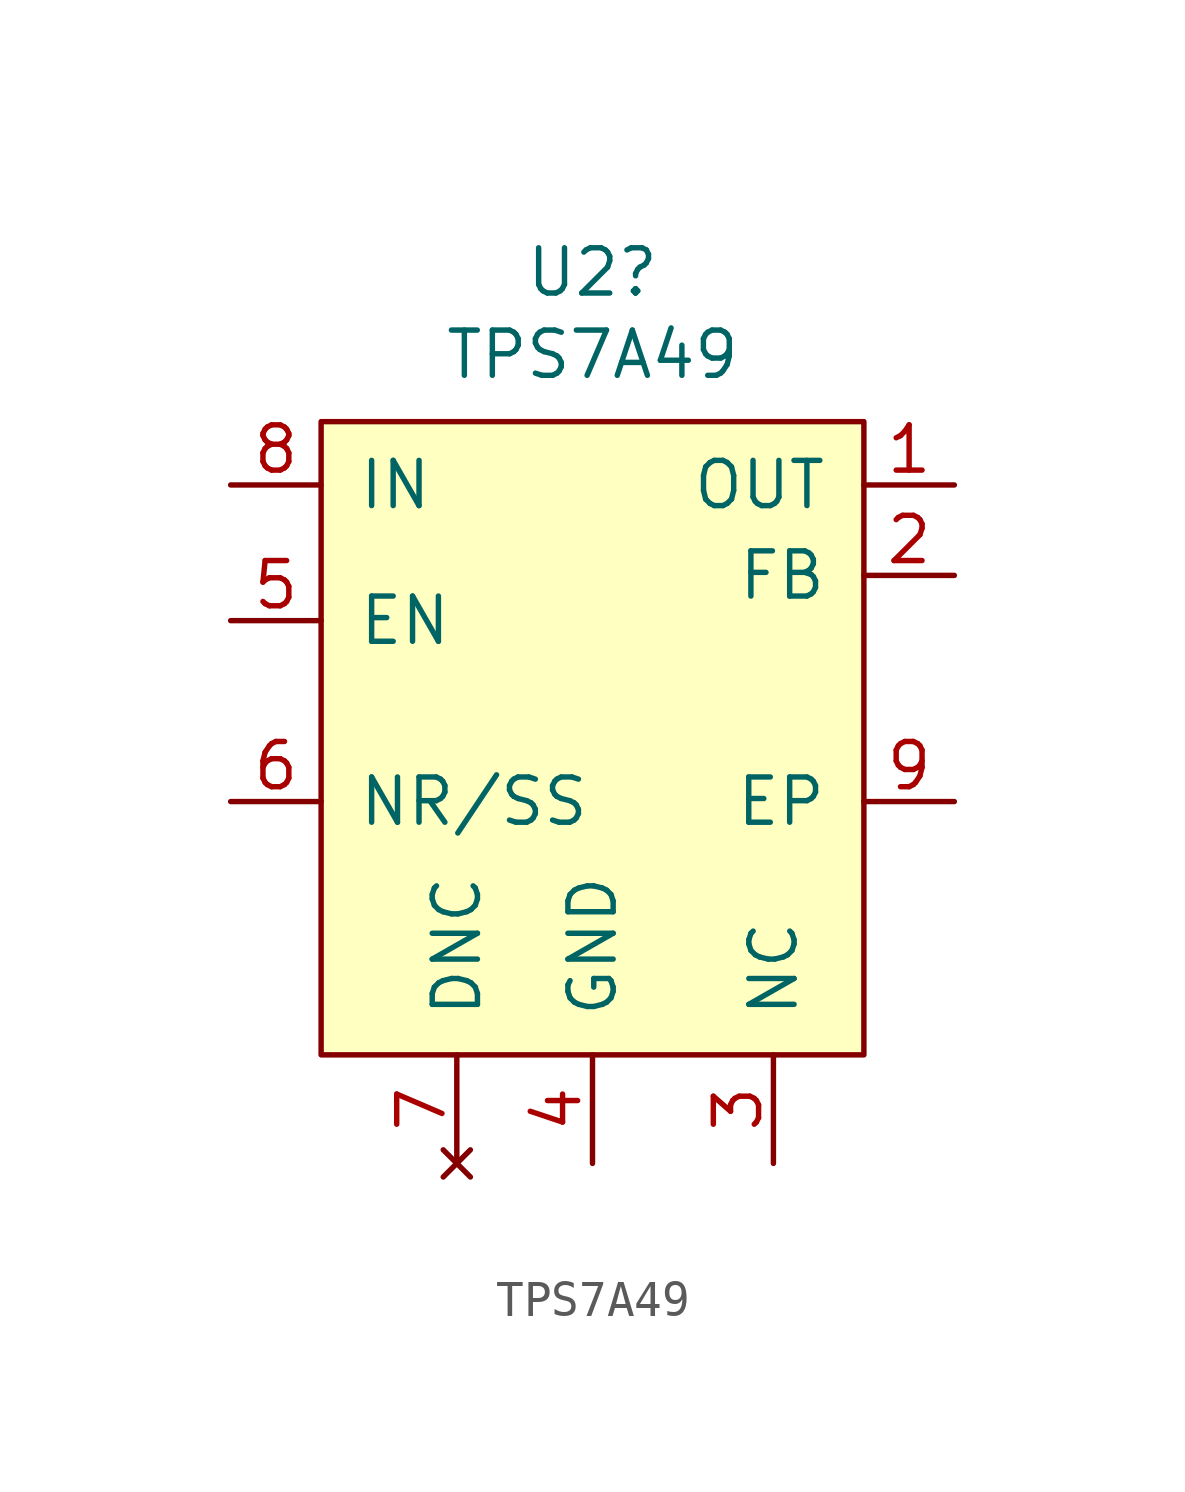
<source format=kicad_sym>
(kicad_symbol_lib
  (version 20211014)
  (generator kicad_symbol_editor)
  (symbol "TPS7A49"
    (pin_names
      (offset 1.016))
    (property "Reference" "U2"
      (at 0 8.509 0)
      (effects (font (size 1.27 1.27))))
    (property "Value" "TPS7A49"
      (at 0 6.198 0)
      (effects (font (size 1.27 1.27))))
    (symbol "TPS7A49_0_1"
      (rectangle (start -7.62 4.318) (end 7.62 -13.462) (stroke (width 0) (type default) (color 0 0 0 0)) (fill (type background))))
    (symbol "TPS7A49_1_1"
      (pin power_out line (at 10.16 2.54 180) (length 2.54) (name "OUT" (effects (font (size 1.27 1.27)))) (number "1" (effects (font (size 1.27 1.27)))))
      (pin input line (at 10.16 0 180) (length 2.54) (name "FB" (effects (font (size 1.27 1.27)))) (number "2" (effects (font (size 1.27 1.27)))))
      (pin passive line (at 5.08 -16.51 90) (length 3.048) (name "NC" (effects (font (size 1.27 1.27)))) (number "3" (effects (font (size 1.27 1.27)))))
      (pin power_in line (at 0 -16.51 90) (length 3.048) (name "GND" (effects (font (size 1.27 1.27)))) (number "4" (effects (font (size 1.27 1.27)))))
      (pin input line (at -10.16 -1.27 0) (length 2.54) (name "EN" (effects (font (size 1.27 1.27)))) (number "5" (effects (font (size 1.27 1.27)))))
      (pin passive line (at -10.16 -6.35 0) (length 2.54) (name "NR/SS" (effects (font (size 1.27 1.27)))) (number "6" (effects (font (size 1.27 1.27)))))
      (pin no_connect line (at -3.81 -16.51 90) (length 3.048) (name "DNC" (effects (font (size 1.27 1.27)))) (number "7" (effects (font (size 1.27 1.27)))))
      (pin power_in line (at -10.16 2.54 0) (length 2.54) (name "IN" (effects (font (size 1.27 1.27)))) (number "8" (effects (font (size 1.27 1.27)))))
      (pin passive line (at 10.16 -6.35 180) (length 2.54) (name "EP" (effects (font (size 1.27 1.27)))) (number "9" (effects (font (size 1.27 1.27))))))))
</source>
